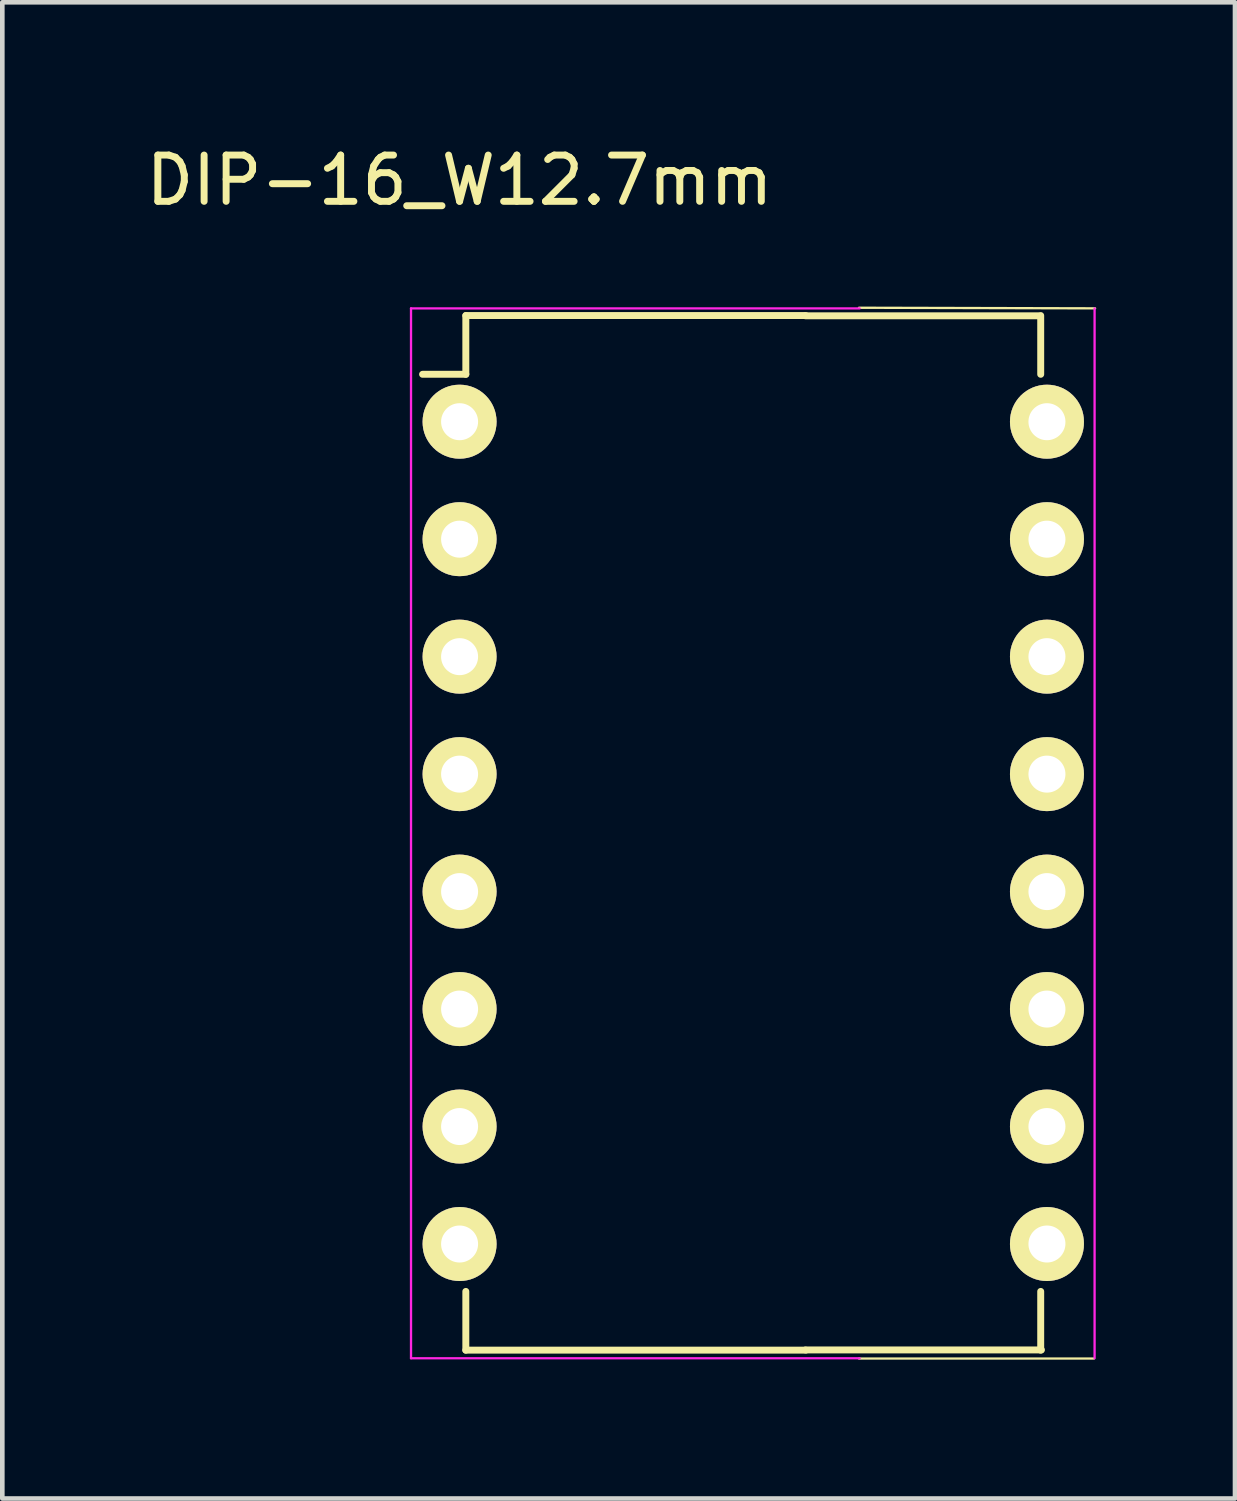
<source format=kicad_pcb>
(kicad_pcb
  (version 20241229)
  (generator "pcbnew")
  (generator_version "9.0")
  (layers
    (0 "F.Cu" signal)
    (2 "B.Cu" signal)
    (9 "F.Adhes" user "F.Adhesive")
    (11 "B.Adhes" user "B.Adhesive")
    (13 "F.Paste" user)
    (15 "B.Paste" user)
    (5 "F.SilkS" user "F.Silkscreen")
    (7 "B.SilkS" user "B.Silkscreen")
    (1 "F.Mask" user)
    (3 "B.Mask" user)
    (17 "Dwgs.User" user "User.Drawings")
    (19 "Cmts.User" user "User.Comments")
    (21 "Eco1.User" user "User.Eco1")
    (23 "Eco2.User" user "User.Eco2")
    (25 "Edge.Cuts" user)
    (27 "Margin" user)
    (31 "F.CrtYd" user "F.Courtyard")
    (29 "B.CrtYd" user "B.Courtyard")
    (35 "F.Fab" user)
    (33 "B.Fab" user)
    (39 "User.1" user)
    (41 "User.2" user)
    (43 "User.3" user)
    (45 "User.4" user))
  (footprint "DIP-16_W12.7mm"
    (layer "F.Cu")
    (at 6.887 6.068)
    (property "Reference" "DIP-16_W12.7mm" (at 0 -5.22 0) (layer "F.SilkS") (effects (font (size 1 1) (thickness 0.15))))
    (attr through_hole)
    (fp_line (start 0.135 -2.295) (end 0.135 -1.025) (stroke (width 0.15) (type solid)) (layer "F.SilkS"))
    (fp_line (start 0.135 -2.295) (end 7.485 -2.295) (stroke (width 0.15) (type solid)) (layer "F.SilkS"))
    (fp_line (start 0.135 -1.025) (end -0.8 -1.025) (stroke (width 0.15) (type solid)) (layer "F.SilkS"))
    (fp_line (start 0.135 20.075) (end 0.135 18.805) (stroke (width 0.15) (type solid)) (layer "F.SilkS"))
    (fp_line (start 0.135 20.075) (end 7.485 20.075) (stroke (width 0.15) (type solid)) (layer "F.SilkS"))
    (fp_line (start 7.48 -2.29) (end 12.51 -2.29) (stroke (width 0.15) (type solid)) (layer "F.SilkS"))
    (fp_line (start 7.48 20.07) (end 12.58 20.07) (stroke (width 0.15) (type solid)) (layer "F.SilkS"))
    (fp_line (start 8.636 -2.464) (end 13.741 -2.451) (stroke (width 0.05) (type solid)) (layer "F.SilkS"))
    (fp_line (start 8.636 20.256) (end 13.716 20.256) (stroke (width 0.05) (type solid)) (layer "F.SilkS"))
    (fp_line (start 12.565 -2.295) (end 12.565 -1.025) (stroke (width 0.15) (type solid)) (layer "F.SilkS"))
    (fp_line (start 12.565 20.075) (end 12.565 18.805) (stroke (width 0.15) (type solid)) (layer "F.SilkS"))
    (fp_line (start -1.05 -2.45) (end -1.05 20.25) (stroke (width 0.05) (type solid)) (layer "F.CrtYd"))
    (fp_line (start -1.05 -2.45) (end 8.65 -2.45) (stroke (width 0.05) (type solid)) (layer "F.CrtYd"))
    (fp_line (start -1.05 20.25) (end 8.65 20.25) (stroke (width 0.05) (type solid)) (layer "F.CrtYd"))
    (fp_line (start 13.73 -2.45) (end 13.73 20.25) (stroke (width 0.05) (type solid)) (layer "F.CrtYd"))
    (pad "1" thru_hole oval (at 0 0) (size 1.6 1.6) (drill 0.8) (layers "*.Cu" "*.Mask" "F.SilkS"))
    (pad "2" thru_hole oval (at 0 2.54) (size 1.6 1.6) (drill 0.8) (layers "*.Cu" "*.Mask" "F.SilkS"))
    (pad "3" thru_hole oval (at 0 5.08) (size 1.6 1.6) (drill 0.8) (layers "*.Cu" "*.Mask" "F.SilkS"))
    (pad "4" thru_hole oval (at 0 7.62) (size 1.6 1.6) (drill 0.8) (layers "*.Cu" "*.Mask" "F.SilkS"))
    (pad "5" thru_hole oval (at 0 10.16) (size 1.6 1.6) (drill 0.8) (layers "*.Cu" "*.Mask" "F.SilkS"))
    (pad "6" thru_hole oval (at 0 12.7) (size 1.6 1.6) (drill 0.8) (layers "*.Cu" "*.Mask" "F.SilkS"))
    (pad "7" thru_hole oval (at 0 15.24) (size 1.6 1.6) (drill 0.8) (layers "*.Cu" "*.Mask" "F.SilkS"))
    (pad "8" thru_hole oval (at 0 17.78) (size 1.6 1.6) (drill 0.8) (layers "*.Cu" "*.Mask" "F.SilkS"))
    (pad "9" thru_hole oval (at 12.7 17.78) (size 1.6 1.6) (drill 0.8) (layers "*.Cu" "*.Mask" "F.SilkS"))
    (pad "10" thru_hole oval (at 12.7 15.24) (size 1.6 1.6) (drill 0.8) (layers "*.Cu" "*.Mask" "F.SilkS"))
    (pad "11" thru_hole oval (at 12.7 12.7) (size 1.6 1.6) (drill 0.8) (layers "*.Cu" "*.Mask" "F.SilkS"))
    (pad "12" thru_hole oval (at 12.7 10.16) (size 1.6 1.6) (drill 0.8) (layers "*.Cu" "*.Mask" "F.SilkS"))
    (pad "13" thru_hole oval (at 12.7 7.62) (size 1.6 1.6) (drill 0.8) (layers "*.Cu" "*.Mask" "F.SilkS"))
    (pad "14" thru_hole oval (at 12.7 5.08) (size 1.6 1.6) (drill 0.8) (layers "*.Cu" "*.Mask" "F.SilkS"))
    (pad "15" thru_hole oval (at 12.7 2.54) (size 1.6 1.6) (drill 0.8) (layers "*.Cu" "*.Mask" "F.SilkS"))
    (pad "16" thru_hole oval (at 12.7 0) (size 1.6 1.6) (drill 0.8) (layers "*.Cu" "*.Mask" "F.SilkS")))
  (gr_rect
    (start -3 -3)
    (end 23.653 29.35)
    (stroke (width 0.1) (type default))
    (fill no)
    (layer "Edge.Cuts")))
</source>
